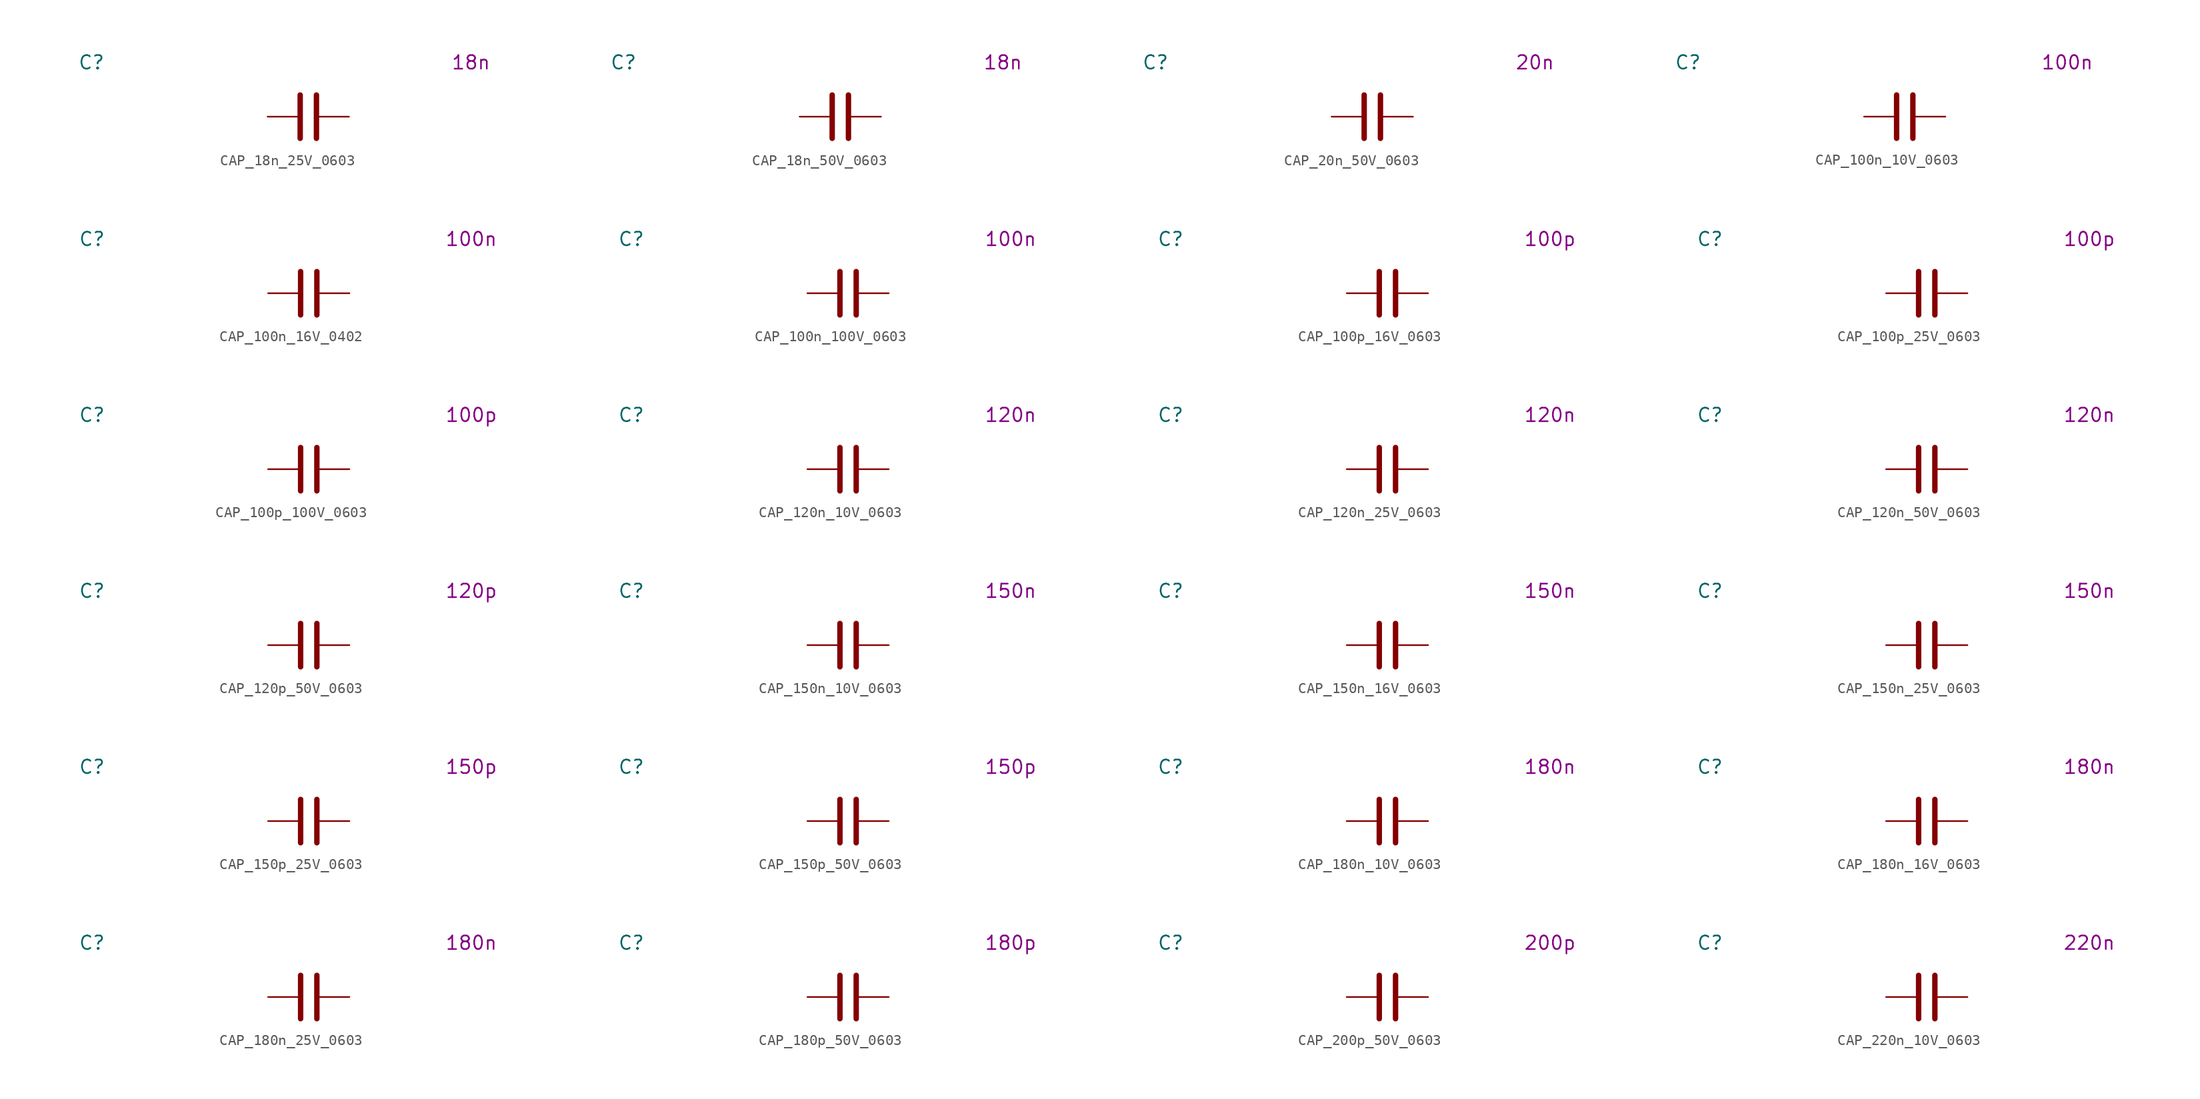
<source format=kicad_sym>
(kicad_symbol_lib
  (version 20231120)
  (generator "kicad_symbol_editor")
  (generator_version "8.0")
  (symbol "CAP_18n_25V_0603"
    (pin_numbers hide)
    (property "Reference" "C"
      (at -20.32 5.08 0)
      (effects (font (size 1.27 1.27))))
    (property "Display Value" "18n"
      (at 15.24 5.08 0)
      (effects (font (size 1.27 1.27))))
    (symbol "CAP_18n_25V_0603_0_1"
      (polyline (pts (xy -0.762 -2.032) (xy -0.762 2.032)) (stroke (width 0.508) (type default)) (fill (type none)))
      (polyline (pts (xy 0.762 -2.032) (xy 0.762 2.032)) (stroke (width 0.508) (type default)) (fill (type none))))
    (symbol "CAP_18n_25V_0603_1_1"
      (pin passive line (at -3.81 0 0) (length 2.794) (name "~" (effects (font (size 1.27 1.27)))) (number "1" (effects (font (size 1.27 1.27)))))
      (pin passive line (at 3.81 0 180) (length 2.794) (name "~" (effects (font (size 1.27 1.27)))) (number "2" (effects (font (size 1.27 1.27)))))))
  (symbol "CAP_18n_50V_0603"
    (pin_numbers hide)
    (property "Reference" "C"
      (at -20.32 5.08 0)
      (effects (font (size 1.27 1.27))))
    (property "Display Value" "18n"
      (at 15.24 5.08 0)
      (effects (font (size 1.27 1.27))))
    (symbol "CAP_18n_50V_0603_0_1"
      (polyline (pts (xy -0.762 -2.032) (xy -0.762 2.032)) (stroke (width 0.508) (type default)) (fill (type none)))
      (polyline (pts (xy 0.762 -2.032) (xy 0.762 2.032)) (stroke (width 0.508) (type default)) (fill (type none))))
    (symbol "CAP_18n_50V_0603_1_1"
      (pin passive line (at -3.81 0 0) (length 2.794) (name "~" (effects (font (size 1.27 1.27)))) (number "1" (effects (font (size 1.27 1.27)))))
      (pin passive line (at 3.81 0 180) (length 2.794) (name "~" (effects (font (size 1.27 1.27)))) (number "2" (effects (font (size 1.27 1.27)))))))
  (symbol "CAP_20n_50V_0603"
    (pin_numbers hide)
    (property "Reference" "C"
      (at -20.32 5.08 0)
      (effects (font (size 1.27 1.27))))
    (property "Display Value" "20n"
      (at 15.24 5.08 0)
      (effects (font (size 1.27 1.27))))
    (symbol "CAP_20n_50V_0603_0_1"
      (polyline (pts (xy -0.762 -2.032) (xy -0.762 2.032)) (stroke (width 0.508) (type default)) (fill (type none)))
      (polyline (pts (xy 0.762 -2.032) (xy 0.762 2.032)) (stroke (width 0.508) (type default)) (fill (type none))))
    (symbol "CAP_20n_50V_0603_1_1"
      (pin passive line (at -3.81 0 0) (length 2.794) (name "~" (effects (font (size 1.27 1.27)))) (number "1" (effects (font (size 1.27 1.27)))))
      (pin passive line (at 3.81 0 180) (length 2.794) (name "~" (effects (font (size 1.27 1.27)))) (number "2" (effects (font (size 1.27 1.27)))))))
  (symbol "CAP_100n_10V_0603"
    (pin_numbers hide)
    (property "Reference" "C"
      (at -20.32 5.08 0)
      (effects (font (size 1.27 1.27))))
    (property "Display Value" "100n"
      (at 15.24 5.08 0)
      (effects (font (size 1.27 1.27))))
    (symbol "CAP_100n_10V_0603_0_1"
      (polyline (pts (xy -0.762 -2.032) (xy -0.762 2.032)) (stroke (width 0.508) (type default)) (fill (type none)))
      (polyline (pts (xy 0.762 -2.032) (xy 0.762 2.032)) (stroke (width 0.508) (type default)) (fill (type none))))
    (symbol "CAP_100n_10V_0603_1_1"
      (pin passive line (at -3.81 0 0) (length 2.794) (name "~" (effects (font (size 1.27 1.27)))) (number "1" (effects (font (size 1.27 1.27)))))
      (pin passive line (at 3.81 0 180) (length 2.794) (name "~" (effects (font (size 1.27 1.27)))) (number "2" (effects (font (size 1.27 1.27)))))))
  (symbol "CAP_100n_16V_0402"
    (pin_numbers hide)
    (property "Reference" "C"
      (at -20.32 5.08 0)
      (effects (font (size 1.27 1.27))))
    (property "Display Value" "100n"
      (at 15.24 5.08 0)
      (effects (font (size 1.27 1.27))))
    (symbol "CAP_100n_16V_0402_0_1"
      (polyline (pts (xy -0.762 -2.032) (xy -0.762 2.032)) (stroke (width 0.508) (type default)) (fill (type none)))
      (polyline (pts (xy 0.762 -2.032) (xy 0.762 2.032)) (stroke (width 0.508) (type default)) (fill (type none))))
    (symbol "CAP_100n_16V_0402_1_1"
      (pin passive line (at -3.81 0 0) (length 2.794) (name "~" (effects (font (size 1.27 1.27)))) (number "1" (effects (font (size 1.27 1.27)))))
      (pin passive line (at 3.81 0 180) (length 2.794) (name "~" (effects (font (size 1.27 1.27)))) (number "2" (effects (font (size 1.27 1.27)))))))
  (symbol "CAP_100n_100V_0603"
    (pin_numbers hide)
    (property "Reference" "C"
      (at -20.32 5.08 0)
      (effects (font (size 1.27 1.27))))
    (property "Display Value" "100n"
      (at 15.24 5.08 0)
      (effects (font (size 1.27 1.27))))
    (symbol "CAP_100n_100V_0603_0_1"
      (polyline (pts (xy -0.762 -2.032) (xy -0.762 2.032)) (stroke (width 0.508) (type default)) (fill (type none)))
      (polyline (pts (xy 0.762 -2.032) (xy 0.762 2.032)) (stroke (width 0.508) (type default)) (fill (type none))))
    (symbol "CAP_100n_100V_0603_1_1"
      (pin passive line (at -3.81 0 0) (length 2.794) (name "~" (effects (font (size 1.27 1.27)))) (number "1" (effects (font (size 1.27 1.27)))))
      (pin passive line (at 3.81 0 180) (length 2.794) (name "~" (effects (font (size 1.27 1.27)))) (number "2" (effects (font (size 1.27 1.27)))))))
  (symbol "CAP_100p_16V_0603"
    (pin_numbers hide)
    (property "Reference" "C"
      (at -20.32 5.08 0)
      (effects (font (size 1.27 1.27))))
    (property "Display Value" "100p"
      (at 15.24 5.08 0)
      (effects (font (size 1.27 1.27))))
    (symbol "CAP_100p_16V_0603_0_1"
      (polyline (pts (xy -0.762 -2.032) (xy -0.762 2.032)) (stroke (width 0.508) (type default)) (fill (type none)))
      (polyline (pts (xy 0.762 -2.032) (xy 0.762 2.032)) (stroke (width 0.508) (type default)) (fill (type none))))
    (symbol "CAP_100p_16V_0603_1_1"
      (pin passive line (at -3.81 0 0) (length 2.794) (name "~" (effects (font (size 1.27 1.27)))) (number "1" (effects (font (size 1.27 1.27)))))
      (pin passive line (at 3.81 0 180) (length 2.794) (name "~" (effects (font (size 1.27 1.27)))) (number "2" (effects (font (size 1.27 1.27)))))))
  (symbol "CAP_100p_25V_0603"
    (pin_numbers hide)
    (property "Reference" "C"
      (at -20.32 5.08 0)
      (effects (font (size 1.27 1.27))))
    (property "Display Value" "100p"
      (at 15.24 5.08 0)
      (effects (font (size 1.27 1.27))))
    (symbol "CAP_100p_25V_0603_0_1"
      (polyline (pts (xy -0.762 -2.032) (xy -0.762 2.032)) (stroke (width 0.508) (type default)) (fill (type none)))
      (polyline (pts (xy 0.762 -2.032) (xy 0.762 2.032)) (stroke (width 0.508) (type default)) (fill (type none))))
    (symbol "CAP_100p_25V_0603_1_1"
      (pin passive line (at -3.81 0 0) (length 2.794) (name "~" (effects (font (size 1.27 1.27)))) (number "1" (effects (font (size 1.27 1.27)))))
      (pin passive line (at 3.81 0 180) (length 2.794) (name "~" (effects (font (size 1.27 1.27)))) (number "2" (effects (font (size 1.27 1.27)))))))
  (symbol "CAP_100p_100V_0603"
    (pin_numbers hide)
    (property "Reference" "C"
      (at -20.32 5.08 0)
      (effects (font (size 1.27 1.27))))
    (property "Display Value" "100p"
      (at 15.24 5.08 0)
      (effects (font (size 1.27 1.27))))
    (symbol "CAP_100p_100V_0603_0_1"
      (polyline (pts (xy -0.762 -2.032) (xy -0.762 2.032)) (stroke (width 0.508) (type default)) (fill (type none)))
      (polyline (pts (xy 0.762 -2.032) (xy 0.762 2.032)) (stroke (width 0.508) (type default)) (fill (type none))))
    (symbol "CAP_100p_100V_0603_1_1"
      (pin passive line (at -3.81 0 0) (length 2.794) (name "~" (effects (font (size 1.27 1.27)))) (number "1" (effects (font (size 1.27 1.27)))))
      (pin passive line (at 3.81 0 180) (length 2.794) (name "~" (effects (font (size 1.27 1.27)))) (number "2" (effects (font (size 1.27 1.27)))))))
  (symbol "CAP_120n_10V_0603"
    (pin_numbers hide)
    (property "Reference" "C"
      (at -20.32 5.08 0)
      (effects (font (size 1.27 1.27))))
    (property "Display Value" "120n"
      (at 15.24 5.08 0)
      (effects (font (size 1.27 1.27))))
    (symbol "CAP_120n_10V_0603_0_1"
      (polyline (pts (xy -0.762 -2.032) (xy -0.762 2.032)) (stroke (width 0.508) (type default)) (fill (type none)))
      (polyline (pts (xy 0.762 -2.032) (xy 0.762 2.032)) (stroke (width 0.508) (type default)) (fill (type none))))
    (symbol "CAP_120n_10V_0603_1_1"
      (pin passive line (at -3.81 0 0) (length 2.794) (name "~" (effects (font (size 1.27 1.27)))) (number "1" (effects (font (size 1.27 1.27)))))
      (pin passive line (at 3.81 0 180) (length 2.794) (name "~" (effects (font (size 1.27 1.27)))) (number "2" (effects (font (size 1.27 1.27)))))))
  (symbol "CAP_120n_25V_0603"
    (pin_numbers hide)
    (property "Reference" "C"
      (at -20.32 5.08 0)
      (effects (font (size 1.27 1.27))))
    (property "Display Value" "120n"
      (at 15.24 5.08 0)
      (effects (font (size 1.27 1.27))))
    (symbol "CAP_120n_25V_0603_0_1"
      (polyline (pts (xy -0.762 -2.032) (xy -0.762 2.032)) (stroke (width 0.508) (type default)) (fill (type none)))
      (polyline (pts (xy 0.762 -2.032) (xy 0.762 2.032)) (stroke (width 0.508) (type default)) (fill (type none))))
    (symbol "CAP_120n_25V_0603_1_1"
      (pin passive line (at -3.81 0 0) (length 2.794) (name "~" (effects (font (size 1.27 1.27)))) (number "1" (effects (font (size 1.27 1.27)))))
      (pin passive line (at 3.81 0 180) (length 2.794) (name "~" (effects (font (size 1.27 1.27)))) (number "2" (effects (font (size 1.27 1.27)))))))
  (symbol "CAP_120n_50V_0603"
    (pin_numbers hide)
    (property "Reference" "C"
      (at -20.32 5.08 0)
      (effects (font (size 1.27 1.27))))
    (property "Display Value" "120n"
      (at 15.24 5.08 0)
      (effects (font (size 1.27 1.27))))
    (symbol "CAP_120n_50V_0603_0_1"
      (polyline (pts (xy -0.762 -2.032) (xy -0.762 2.032)) (stroke (width 0.508) (type default)) (fill (type none)))
      (polyline (pts (xy 0.762 -2.032) (xy 0.762 2.032)) (stroke (width 0.508) (type default)) (fill (type none))))
    (symbol "CAP_120n_50V_0603_1_1"
      (pin passive line (at -3.81 0 0) (length 2.794) (name "~" (effects (font (size 1.27 1.27)))) (number "1" (effects (font (size 1.27 1.27)))))
      (pin passive line (at 3.81 0 180) (length 2.794) (name "~" (effects (font (size 1.27 1.27)))) (number "2" (effects (font (size 1.27 1.27)))))))
  (symbol "CAP_120p_50V_0603"
    (pin_numbers hide)
    (property "Reference" "C"
      (at -20.32 5.08 0)
      (effects (font (size 1.27 1.27))))
    (property "Display Value" "120p"
      (at 15.24 5.08 0)
      (effects (font (size 1.27 1.27))))
    (symbol "CAP_120p_50V_0603_0_1"
      (polyline (pts (xy -0.762 -2.032) (xy -0.762 2.032)) (stroke (width 0.508) (type default)) (fill (type none)))
      (polyline (pts (xy 0.762 -2.032) (xy 0.762 2.032)) (stroke (width 0.508) (type default)) (fill (type none))))
    (symbol "CAP_120p_50V_0603_1_1"
      (pin passive line (at -3.81 0 0) (length 2.794) (name "~" (effects (font (size 1.27 1.27)))) (number "1" (effects (font (size 1.27 1.27)))))
      (pin passive line (at 3.81 0 180) (length 2.794) (name "~" (effects (font (size 1.27 1.27)))) (number "2" (effects (font (size 1.27 1.27)))))))
  (symbol "CAP_150n_10V_0603"
    (pin_numbers hide)
    (property "Reference" "C"
      (at -20.32 5.08 0)
      (effects (font (size 1.27 1.27))))
    (property "Display Value" "150n"
      (at 15.24 5.08 0)
      (effects (font (size 1.27 1.27))))
    (symbol "CAP_150n_10V_0603_0_1"
      (polyline (pts (xy -0.762 -2.032) (xy -0.762 2.032)) (stroke (width 0.508) (type default)) (fill (type none)))
      (polyline (pts (xy 0.762 -2.032) (xy 0.762 2.032)) (stroke (width 0.508) (type default)) (fill (type none))))
    (symbol "CAP_150n_10V_0603_1_1"
      (pin passive line (at -3.81 0 0) (length 2.794) (name "~" (effects (font (size 1.27 1.27)))) (number "1" (effects (font (size 1.27 1.27)))))
      (pin passive line (at 3.81 0 180) (length 2.794) (name "~" (effects (font (size 1.27 1.27)))) (number "2" (effects (font (size 1.27 1.27)))))))
  (symbol "CAP_150n_16V_0603"
    (pin_numbers hide)
    (property "Reference" "C"
      (at -20.32 5.08 0)
      (effects (font (size 1.27 1.27))))
    (property "Display Value" "150n"
      (at 15.24 5.08 0)
      (effects (font (size 1.27 1.27))))
    (symbol "CAP_150n_16V_0603_0_1"
      (polyline (pts (xy -0.762 -2.032) (xy -0.762 2.032)) (stroke (width 0.508) (type default)) (fill (type none)))
      (polyline (pts (xy 0.762 -2.032) (xy 0.762 2.032)) (stroke (width 0.508) (type default)) (fill (type none))))
    (symbol "CAP_150n_16V_0603_1_1"
      (pin passive line (at -3.81 0 0) (length 2.794) (name "~" (effects (font (size 1.27 1.27)))) (number "1" (effects (font (size 1.27 1.27)))))
      (pin passive line (at 3.81 0 180) (length 2.794) (name "~" (effects (font (size 1.27 1.27)))) (number "2" (effects (font (size 1.27 1.27)))))))
  (symbol "CAP_150n_25V_0603"
    (pin_numbers hide)
    (property "Reference" "C"
      (at -20.32 5.08 0)
      (effects (font (size 1.27 1.27))))
    (property "Display Value" "150n"
      (at 15.24 5.08 0)
      (effects (font (size 1.27 1.27))))
    (symbol "CAP_150n_25V_0603_0_1"
      (polyline (pts (xy -0.762 -2.032) (xy -0.762 2.032)) (stroke (width 0.508) (type default)) (fill (type none)))
      (polyline (pts (xy 0.762 -2.032) (xy 0.762 2.032)) (stroke (width 0.508) (type default)) (fill (type none))))
    (symbol "CAP_150n_25V_0603_1_1"
      (pin passive line (at -3.81 0 0) (length 2.794) (name "~" (effects (font (size 1.27 1.27)))) (number "1" (effects (font (size 1.27 1.27)))))
      (pin passive line (at 3.81 0 180) (length 2.794) (name "~" (effects (font (size 1.27 1.27)))) (number "2" (effects (font (size 1.27 1.27)))))))
  (symbol "CAP_150p_25V_0603"
    (pin_numbers hide)
    (property "Reference" "C"
      (at -20.32 5.08 0)
      (effects (font (size 1.27 1.27))))
    (property "Display Value" "150p"
      (at 15.24 5.08 0)
      (effects (font (size 1.27 1.27))))
    (symbol "CAP_150p_25V_0603_0_1"
      (polyline (pts (xy -0.762 -2.032) (xy -0.762 2.032)) (stroke (width 0.508) (type default)) (fill (type none)))
      (polyline (pts (xy 0.762 -2.032) (xy 0.762 2.032)) (stroke (width 0.508) (type default)) (fill (type none))))
    (symbol "CAP_150p_25V_0603_1_1"
      (pin passive line (at -3.81 0 0) (length 2.794) (name "~" (effects (font (size 1.27 1.27)))) (number "1" (effects (font (size 1.27 1.27)))))
      (pin passive line (at 3.81 0 180) (length 2.794) (name "~" (effects (font (size 1.27 1.27)))) (number "2" (effects (font (size 1.27 1.27)))))))
  (symbol "CAP_150p_50V_0603"
    (pin_numbers hide)
    (property "Reference" "C"
      (at -20.32 5.08 0)
      (effects (font (size 1.27 1.27))))
    (property "Display Value" "150p"
      (at 15.24 5.08 0)
      (effects (font (size 1.27 1.27))))
    (symbol "CAP_150p_50V_0603_0_1"
      (polyline (pts (xy -0.762 -2.032) (xy -0.762 2.032)) (stroke (width 0.508) (type default)) (fill (type none)))
      (polyline (pts (xy 0.762 -2.032) (xy 0.762 2.032)) (stroke (width 0.508) (type default)) (fill (type none))))
    (symbol "CAP_150p_50V_0603_1_1"
      (pin passive line (at -3.81 0 0) (length 2.794) (name "~" (effects (font (size 1.27 1.27)))) (number "1" (effects (font (size 1.27 1.27)))))
      (pin passive line (at 3.81 0 180) (length 2.794) (name "~" (effects (font (size 1.27 1.27)))) (number "2" (effects (font (size 1.27 1.27)))))))
  (symbol "CAP_180n_10V_0603"
    (pin_numbers hide)
    (property "Reference" "C"
      (at -20.32 5.08 0)
      (effects (font (size 1.27 1.27))))
    (property "Display Value" "180n"
      (at 15.24 5.08 0)
      (effects (font (size 1.27 1.27))))
    (symbol "CAP_180n_10V_0603_0_1"
      (polyline (pts (xy -0.762 -2.032) (xy -0.762 2.032)) (stroke (width 0.508) (type default)) (fill (type none)))
      (polyline (pts (xy 0.762 -2.032) (xy 0.762 2.032)) (stroke (width 0.508) (type default)) (fill (type none))))
    (symbol "CAP_180n_10V_0603_1_1"
      (pin passive line (at -3.81 0 0) (length 2.794) (name "~" (effects (font (size 1.27 1.27)))) (number "1" (effects (font (size 1.27 1.27)))))
      (pin passive line (at 3.81 0 180) (length 2.794) (name "~" (effects (font (size 1.27 1.27)))) (number "2" (effects (font (size 1.27 1.27)))))))
  (symbol "CAP_180n_16V_0603"
    (pin_numbers hide)
    (property "Reference" "C"
      (at -20.32 5.08 0)
      (effects (font (size 1.27 1.27))))
    (property "Display Value" "180n"
      (at 15.24 5.08 0)
      (effects (font (size 1.27 1.27))))
    (symbol "CAP_180n_16V_0603_0_1"
      (polyline (pts (xy -0.762 -2.032) (xy -0.762 2.032)) (stroke (width 0.508) (type default)) (fill (type none)))
      (polyline (pts (xy 0.762 -2.032) (xy 0.762 2.032)) (stroke (width 0.508) (type default)) (fill (type none))))
    (symbol "CAP_180n_16V_0603_1_1"
      (pin passive line (at -3.81 0 0) (length 2.794) (name "~" (effects (font (size 1.27 1.27)))) (number "1" (effects (font (size 1.27 1.27)))))
      (pin passive line (at 3.81 0 180) (length 2.794) (name "~" (effects (font (size 1.27 1.27)))) (number "2" (effects (font (size 1.27 1.27)))))))
  (symbol "CAP_180n_25V_0603"
    (pin_numbers hide)
    (property "Reference" "C"
      (at -20.32 5.08 0)
      (effects (font (size 1.27 1.27))))
    (property "Display Value" "180n"
      (at 15.24 5.08 0)
      (effects (font (size 1.27 1.27))))
    (symbol "CAP_180n_25V_0603_0_1"
      (polyline (pts (xy -0.762 -2.032) (xy -0.762 2.032)) (stroke (width 0.508) (type default)) (fill (type none)))
      (polyline (pts (xy 0.762 -2.032) (xy 0.762 2.032)) (stroke (width 0.508) (type default)) (fill (type none))))
    (symbol "CAP_180n_25V_0603_1_1"
      (pin passive line (at -3.81 0 0) (length 2.794) (name "~" (effects (font (size 1.27 1.27)))) (number "1" (effects (font (size 1.27 1.27)))))
      (pin passive line (at 3.81 0 180) (length 2.794) (name "~" (effects (font (size 1.27 1.27)))) (number "2" (effects (font (size 1.27 1.27)))))))
  (symbol "CAP_180p_50V_0603"
    (pin_numbers hide)
    (property "Reference" "C"
      (at -20.32 5.08 0)
      (effects (font (size 1.27 1.27))))
    (property "Display Value" "180p"
      (at 15.24 5.08 0)
      (effects (font (size 1.27 1.27))))
    (symbol "CAP_180p_50V_0603_0_1"
      (polyline (pts (xy -0.762 -2.032) (xy -0.762 2.032)) (stroke (width 0.508) (type default)) (fill (type none)))
      (polyline (pts (xy 0.762 -2.032) (xy 0.762 2.032)) (stroke (width 0.508) (type default)) (fill (type none))))
    (symbol "CAP_180p_50V_0603_1_1"
      (pin passive line (at -3.81 0 0) (length 2.794) (name "~" (effects (font (size 1.27 1.27)))) (number "1" (effects (font (size 1.27 1.27)))))
      (pin passive line (at 3.81 0 180) (length 2.794) (name "~" (effects (font (size 1.27 1.27)))) (number "2" (effects (font (size 1.27 1.27)))))))
  (symbol "CAP_200p_50V_0603"
    (pin_numbers hide)
    (property "Reference" "C"
      (at -20.32 5.08 0)
      (effects (font (size 1.27 1.27))))
    (property "Display Value" "200p"
      (at 15.24 5.08 0)
      (effects (font (size 1.27 1.27))))
    (symbol "CAP_200p_50V_0603_0_1"
      (polyline (pts (xy -0.762 -2.032) (xy -0.762 2.032)) (stroke (width 0.508) (type default)) (fill (type none)))
      (polyline (pts (xy 0.762 -2.032) (xy 0.762 2.032)) (stroke (width 0.508) (type default)) (fill (type none))))
    (symbol "CAP_200p_50V_0603_1_1"
      (pin passive line (at -3.81 0 0) (length 2.794) (name "~" (effects (font (size 1.27 1.27)))) (number "1" (effects (font (size 1.27 1.27)))))
      (pin passive line (at 3.81 0 180) (length 2.794) (name "~" (effects (font (size 1.27 1.27)))) (number "2" (effects (font (size 1.27 1.27)))))))
  (symbol "CAP_220n_10V_0603"
    (pin_numbers hide)
    (property "Reference" "C"
      (at -20.32 5.08 0)
      (effects (font (size 1.27 1.27))))
    (property "Display Value" "220n"
      (at 15.24 5.08 0)
      (effects (font (size 1.27 1.27))))
    (symbol "CAP_220n_10V_0603_0_1"
      (polyline (pts (xy -0.762 -2.032) (xy -0.762 2.032)) (stroke (width 0.508) (type default)) (fill (type none)))
      (polyline (pts (xy 0.762 -2.032) (xy 0.762 2.032)) (stroke (width 0.508) (type default)) (fill (type none))))
    (symbol "CAP_220n_10V_0603_1_1"
      (pin passive line (at -3.81 0 0) (length 2.794) (name "~" (effects (font (size 1.27 1.27)))) (number "1" (effects (font (size 1.27 1.27)))))
      (pin passive line (at 3.81 0 180) (length 2.794) (name "~" (effects (font (size 1.27 1.27)))) (number "2" (effects (font (size 1.27 1.27))))))))
</source>
